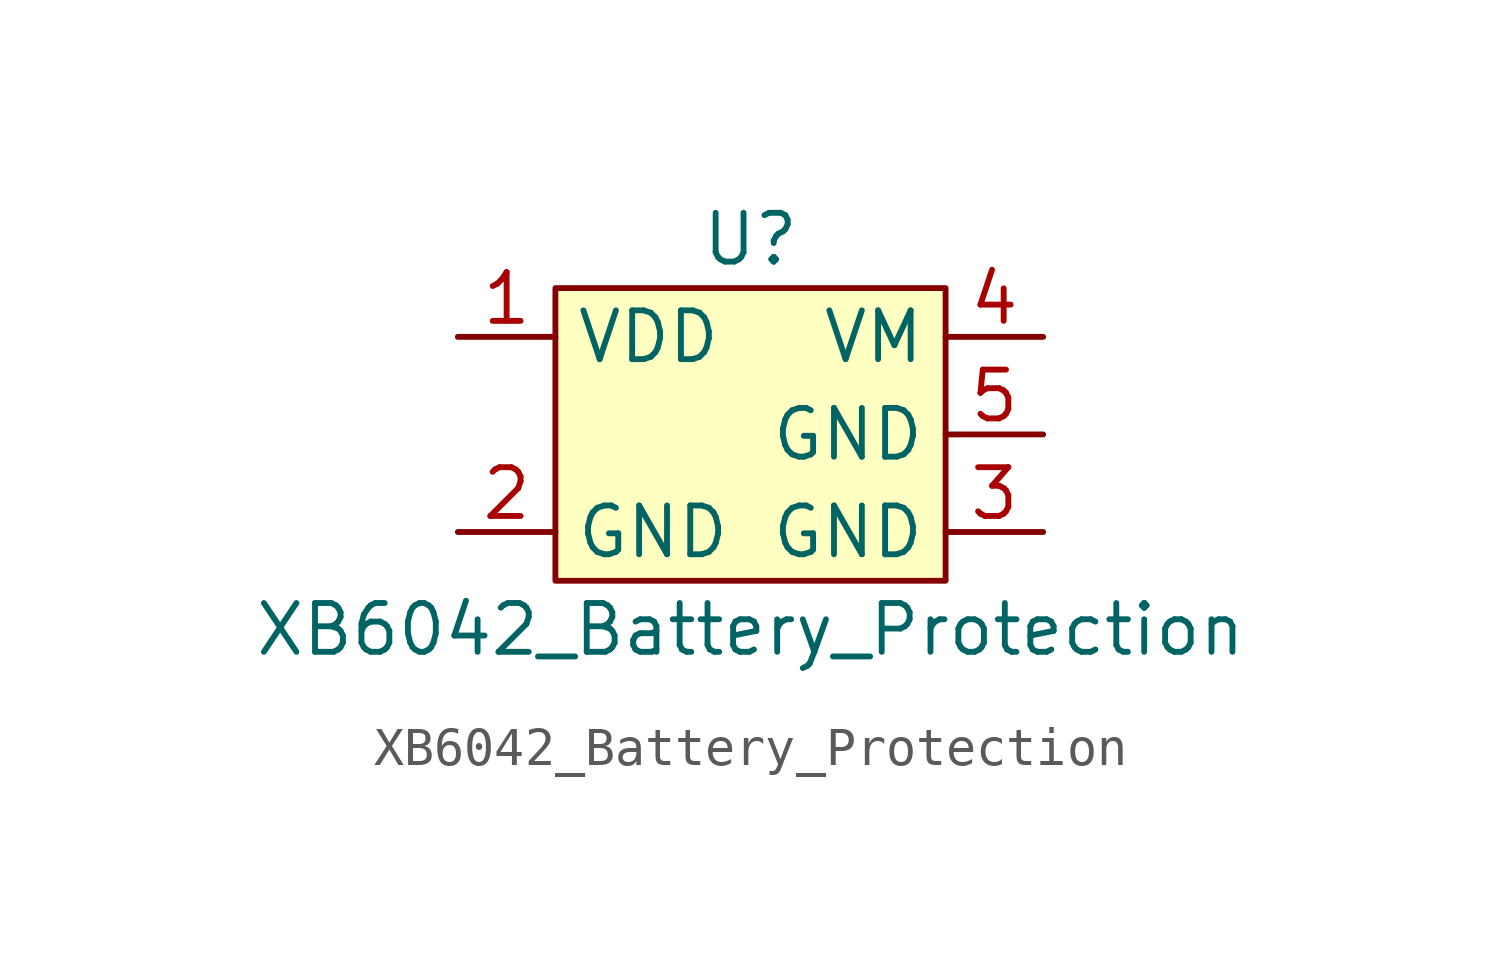
<source format=kicad_sym>
(kicad_symbol_lib
  (version 20211014)
  (generator kicad_symbol_editor)
  (symbol "XB6042_Battery_Protection"
    (property "Reference" "U"
      (at 0 5.08 0)
      (effects (font (size 1.27 1.27))))
    (property "Value" "XB6042_Battery_Protection"
      (at 0 -5.08 0)
      (effects (font (size 1.27 1.27))))
    (symbol "XB6042_Battery_Protection_0_1"
      (rectangle (start -5.08 3.81) (end 5.08 -3.81) (stroke (width 0.152) (type default) (color 0 0 0 0)) (fill (type background))))
    (symbol "XB6042_Battery_Protection_1_1"
      (pin input line (at -7.62 2.54 0) (length 2.54) (name "VDD" (effects (font (size 1.27 1.27)))) (number "1" (effects (font (size 1.27 1.27)))))
      (pin input line (at -7.62 -2.54 0) (length 2.54) (name "GND" (effects (font (size 1.27 1.27)))) (number "2" (effects (font (size 1.27 1.27)))))
      (pin input line (at 7.62 -2.54 180) (length 2.54) (name "GND" (effects (font (size 1.27 1.27)))) (number "3" (effects (font (size 1.27 1.27)))))
      (pin input line (at 7.62 2.54 180) (length 2.54) (name "VM" (effects (font (size 1.27 1.27)))) (number "4" (effects (font (size 1.27 1.27)))))
      (pin input line (at 7.62 0 180) (length 2.54) (name "GND" (effects (font (size 1.27 1.27)))) (number "5" (effects (font (size 1.27 1.27))))))))
</source>
